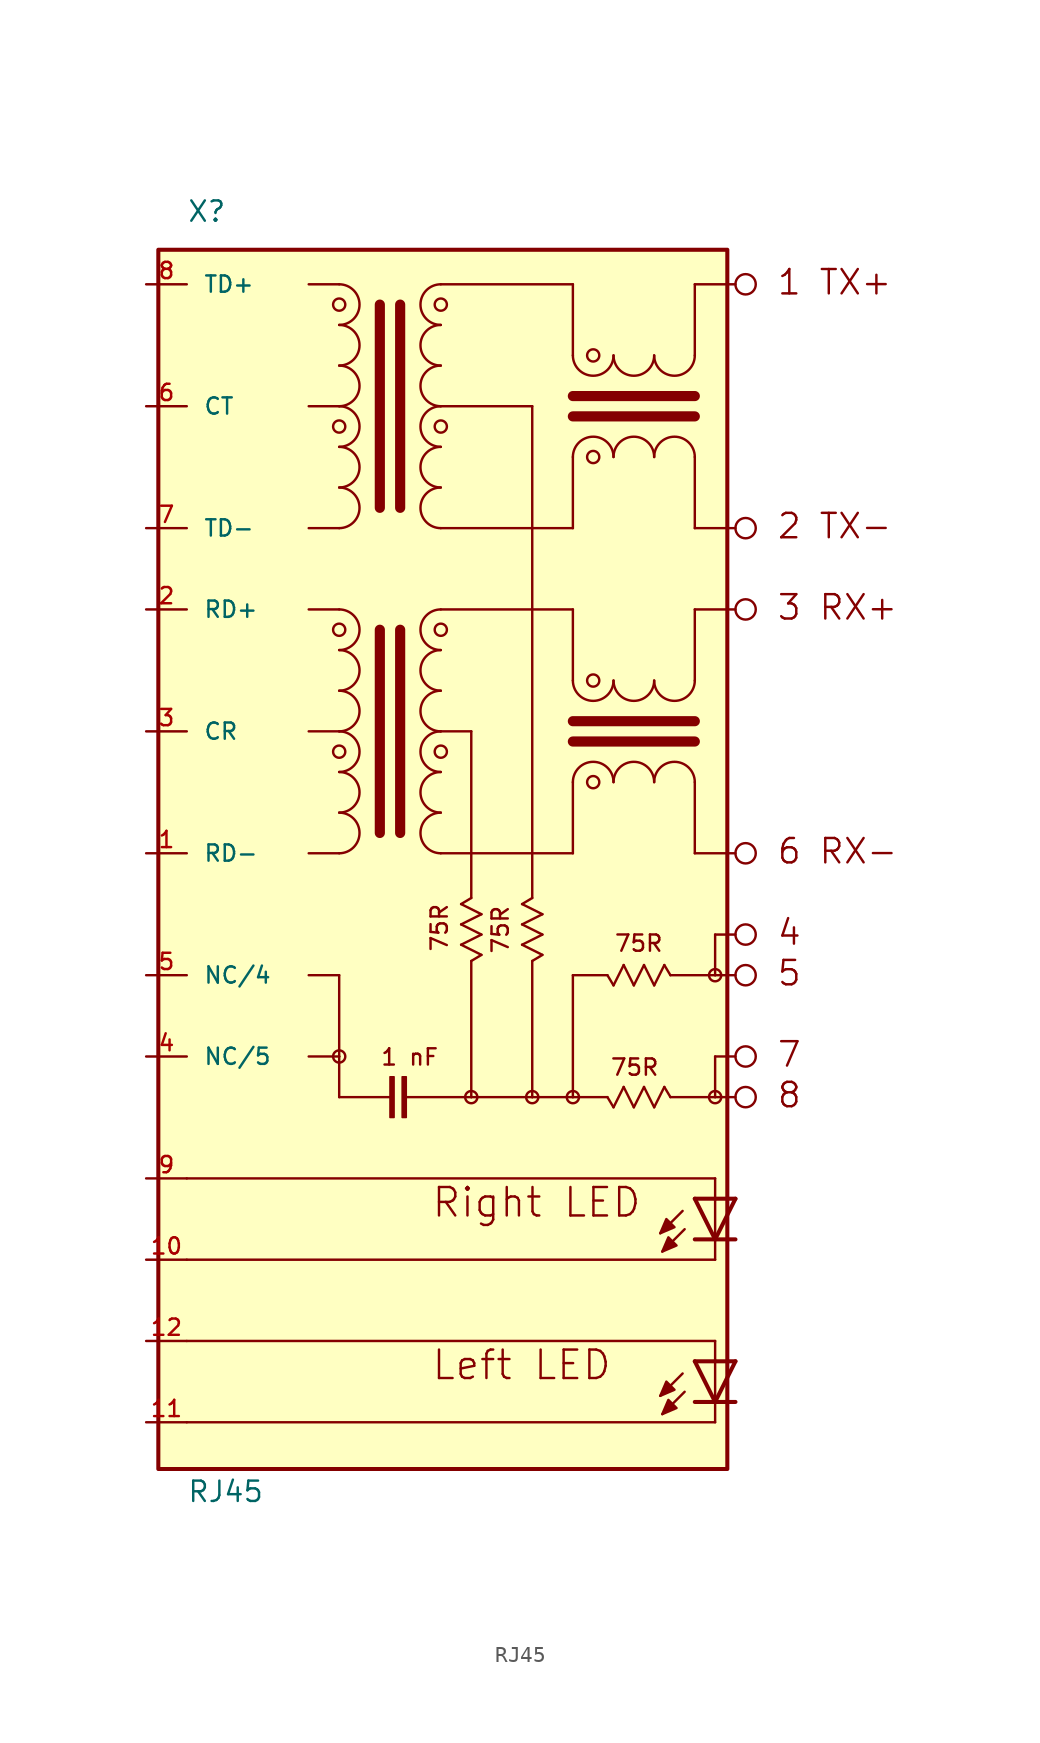
<source format=kicad_sym>
(kicad_symbol_lib
  (version 20211014)
  (generator kicad_symbol_editor)
  (symbol "RJ45"
    (pin_names
      (offset 1.016))
    (property "Reference" "X"
      (at -15.24 41.91 0)
      (effects (font (size 1.27 1.27)) (justify bottom left)))
    (property "Value" "RJ45"
      (at -15.24 -38.1 0)
      (effects (font (size 1.27 1.27)) (justify bottom left)))
    (symbol "RJ45_0_0"
      (polyline (pts (xy 19.05 -19.05) (xy 17.78 -21.59)) (stroke (width 0.254)))
      (polyline (pts (xy 17.78 -21.59) (xy 16.51 -19.05)) (stroke (width 0.254)))
      (polyline (pts (xy 19.05 -21.59) (xy 17.78 -21.59)) (stroke (width 0.254)))
      (polyline (pts (xy 17.78 -21.59) (xy 16.51 -21.59)) (stroke (width 0.254)))
      (polyline (pts (xy 19.05 -19.05) (xy 17.78 -19.05)) (stroke (width 0.254)))
      (polyline (pts (xy 17.78 -19.05) (xy 16.51 -19.05)) (stroke (width 0.254)))
      (polyline (pts (xy 17.78 -19.05) (xy 17.78 -21.59)) (stroke (width 0.152)))
      (polyline (pts (xy 15.748 -19.812) (xy 14.351 -21.209)) (stroke (width 0.152)))
      (polyline (pts (xy 15.875 -20.955) (xy 14.478 -22.352)) (stroke (width 0.152)))
      (polyline (pts (xy 17.78 -22.86) (xy 17.78 -21.59)) (stroke (width 0.152)))
      (polyline (pts (xy -15.24 -17.78) (xy 17.78 -17.78)) (stroke (width 0.152)))
      (polyline (pts (xy 17.78 -17.78) (xy 17.78 -19.05)) (stroke (width 0.152)))
      (polyline (pts (xy -15.24 -22.86) (xy 17.78 -22.86)) (stroke (width 0.152)))
      (polyline (pts (xy 19.05 -29.21) (xy 17.78 -31.75)) (stroke (width 0.254)))
      (polyline (pts (xy 17.78 -31.75) (xy 16.51 -29.21)) (stroke (width 0.254)))
      (polyline (pts (xy 19.05 -31.75) (xy 17.78 -31.75)) (stroke (width 0.254)))
      (polyline (pts (xy 17.78 -31.75) (xy 16.51 -31.75)) (stroke (width 0.254)))
      (polyline (pts (xy 19.05 -29.21) (xy 17.78 -29.21)) (stroke (width 0.254)))
      (polyline (pts (xy 17.78 -29.21) (xy 16.51 -29.21)) (stroke (width 0.254)))
      (polyline (pts (xy 17.78 -29.21) (xy 17.78 -31.75)) (stroke (width 0.152)))
      (polyline (pts (xy 15.748 -29.972) (xy 14.351 -31.369)) (stroke (width 0.152)))
      (polyline (pts (xy 15.875 -31.115) (xy 14.478 -32.512)) (stroke (width 0.152)))
      (polyline (pts (xy 17.78 -33.02) (xy 17.78 -31.75)) (stroke (width 0.152)))
      (polyline (pts (xy -15.24 -27.94) (xy 17.78 -27.94)) (stroke (width 0.152)))
      (polyline (pts (xy 17.78 -27.94) (xy 17.78 -29.21)) (stroke (width 0.152)))
      (polyline (pts (xy -15.24 -33.02) (xy 17.78 -33.02)) (stroke (width 0.152)))
      (polyline (pts (xy -7.62 22.86) (xy -5.715 22.86)) (stroke (width 0.152)))
      (polyline (pts (xy -7.62 30.48) (xy -5.715 30.48)) (stroke (width 0.152)))
      (polyline (pts (xy -7.62 38.1) (xy -5.715 38.1)) (stroke (width 0.152)))
      (arc (start -5.715 33.02) (mid -4.445 31.75) (end -5.715 30.48) (stroke (width 0.1524) (type default) (color 0 0 0 0)) (fill (type none)))
      (arc (start -5.715 35.56) (mid -4.445 34.29) (end -5.715 33.02) (stroke (width 0.1524) (type default) (color 0 0 0 0)) (fill (type none)))
      (arc (start -5.715 38.1) (mid -4.445 36.83) (end -5.715 35.56) (stroke (width 0.1524) (type default) (color 0 0 0 0)) (fill (type none)))
      (arc (start -5.715 30.48) (mid -4.445 29.21) (end -5.715 27.94) (stroke (width 0.1524) (type default) (color 0 0 0 0)) (fill (type none)))
      (arc (start -5.715 27.94) (mid -4.445 26.67) (end -5.715 25.4) (stroke (width 0.1524) (type default) (color 0 0 0 0)) (fill (type none)))
      (arc (start -5.715 25.4) (mid -4.445 24.13) (end -5.715 22.86) (stroke (width 0.1524) (type default) (color 0 0 0 0)) (fill (type none)))
      (polyline (pts (xy -3.175 36.83) (xy -3.175 24.13)) (stroke (width 0.635)))
      (polyline (pts (xy -1.905 36.83) (xy -1.905 24.13)) (stroke (width 0.635)))
      (arc (start 0.635 33.02) (mid -0.635 31.75) (end 0.635 30.48) (stroke (width 0.1524) (type default) (color 0 0 0 0)) (fill (type none)))
      (arc (start 0.635 35.56) (mid -0.635 34.29) (end 0.635 33.02) (stroke (width 0.1524) (type default) (color 0 0 0 0)) (fill (type none)))
      (arc (start 0.635 38.1) (mid -0.635 36.83) (end 0.635 35.56) (stroke (width 0.1524) (type default) (color 0 0 0 0)) (fill (type none)))
      (arc (start 0.635 30.48) (mid -0.635 29.21) (end 0.635 27.94) (stroke (width 0.1524) (type default) (color 0 0 0 0)) (fill (type none)))
      (arc (start 0.635 27.94) (mid -0.635 26.67) (end 0.635 25.4) (stroke (width 0.1524) (type default) (color 0 0 0 0)) (fill (type none)))
      (arc (start 0.635 25.4) (mid -0.635 24.13) (end 0.635 22.86) (stroke (width 0.1524) (type default) (color 0 0 0 0)) (fill (type none)))
      (arc (start 13.97 27.305) (mid 15.24 28.575) (end 16.51 27.305) (stroke (width 0.1524) (type default) (color 0 0 0 0)) (fill (type none)))
      (arc (start 11.43 27.305) (mid 12.7 28.575) (end 13.97 27.305) (stroke (width 0.1524) (type default) (color 0 0 0 0)) (fill (type none)))
      (arc (start 8.89 27.305) (mid 10.16 28.575) (end 11.43 27.305) (stroke (width 0.1524) (type default) (color 0 0 0 0)) (fill (type none)))
      (arc (start 13.97 33.655) (mid 15.24 32.385) (end 16.51 33.655) (stroke (width 0.1524) (type default) (color 0 0 0 0)) (fill (type none)))
      (arc (start 11.43 33.655) (mid 12.7 32.385) (end 13.97 33.655) (stroke (width 0.1524) (type default) (color 0 0 0 0)) (fill (type none)))
      (arc (start 8.89 33.655) (mid 10.16 32.385) (end 11.43 33.655) (stroke (width 0.1524) (type default) (color 0 0 0 0)) (fill (type none)))
      (polyline (pts (xy 0.635 38.1) (xy 8.89 38.1)) (stroke (width 0.152)))
      (polyline (pts (xy 8.89 38.1) (xy 8.89 33.655)) (stroke (width 0.152)))
      (polyline (pts (xy 8.89 22.86) (xy 0.635 22.86)) (stroke (width 0.152)))
      (polyline (pts (xy 8.89 22.86) (xy 8.89 27.305)) (stroke (width 0.152)))
      (polyline (pts (xy 16.51 33.655) (xy 16.51 38.1)) (stroke (width 0.152)))
      (polyline (pts (xy 16.51 38.1) (xy 19.05 38.1)) (stroke (width 0.152)))
      (polyline (pts (xy 16.51 27.305) (xy 16.51 22.86)) (stroke (width 0.152)))
      (polyline (pts (xy 16.51 22.86) (xy 19.05 22.86)) (stroke (width 0.152)))
      (polyline (pts (xy 8.89 29.845) (xy 16.51 29.845)) (stroke (width 0.635)))
      (polyline (pts (xy 8.89 31.115) (xy 16.51 31.115)) (stroke (width 0.635)))
      (polyline (pts (xy -7.62 2.54) (xy -5.715 2.54)) (stroke (width 0.152)))
      (polyline (pts (xy -7.62 10.16) (xy -5.715 10.16)) (stroke (width 0.152)))
      (polyline (pts (xy -7.62 17.78) (xy -5.715 17.78)) (stroke (width 0.152)))
      (arc (start -5.715 12.7) (mid -4.445 11.43) (end -5.715 10.16) (stroke (width 0.1524) (type default) (color 0 0 0 0)) (fill (type none)))
      (arc (start -5.715 15.24) (mid -4.445 13.97) (end -5.715 12.7) (stroke (width 0.1524) (type default) (color 0 0 0 0)) (fill (type none)))
      (arc (start -5.715 17.78) (mid -4.445 16.51) (end -5.715 15.24) (stroke (width 0.1524) (type default) (color 0 0 0 0)) (fill (type none)))
      (arc (start -5.715 10.16) (mid -4.445 8.89) (end -5.715 7.62) (stroke (width 0.1524) (type default) (color 0 0 0 0)) (fill (type none)))
      (arc (start -5.715 7.62) (mid -4.445 6.35) (end -5.715 5.08) (stroke (width 0.1524) (type default) (color 0 0 0 0)) (fill (type none)))
      (arc (start -5.715 5.08) (mid -4.445 3.81) (end -5.715 2.54) (stroke (width 0.1524) (type default) (color 0 0 0 0)) (fill (type none)))
      (polyline (pts (xy -3.175 16.51) (xy -3.175 3.81)) (stroke (width 0.635)))
      (polyline (pts (xy -1.905 16.51) (xy -1.905 3.81)) (stroke (width 0.635)))
      (arc (start 0.635 12.7) (mid -0.635 11.43) (end 0.635 10.16) (stroke (width 0.1524) (type default) (color 0 0 0 0)) (fill (type none)))
      (arc (start 0.635 15.24) (mid -0.635 13.97) (end 0.635 12.7) (stroke (width 0.1524) (type default) (color 0 0 0 0)) (fill (type none)))
      (arc (start 0.635 17.78) (mid -0.635 16.51) (end 0.635 15.24) (stroke (width 0.1524) (type default) (color 0 0 0 0)) (fill (type none)))
      (arc (start 0.635 10.16) (mid -0.635 8.89) (end 0.635 7.62) (stroke (width 0.1524) (type default) (color 0 0 0 0)) (fill (type none)))
      (arc (start 0.635 7.62) (mid -0.635 6.35) (end 0.635 5.08) (stroke (width 0.1524) (type default) (color 0 0 0 0)) (fill (type none)))
      (arc (start 0.635 5.08) (mid -0.635 3.81) (end 0.635 2.54) (stroke (width 0.1524) (type default) (color 0 0 0 0)) (fill (type none)))
      (arc (start 13.97 6.985) (mid 15.24 8.255) (end 16.51 6.985) (stroke (width 0.1524) (type default) (color 0 0 0 0)) (fill (type none)))
      (arc (start 11.43 6.985) (mid 12.7 8.255) (end 13.97 6.985) (stroke (width 0.1524) (type default) (color 0 0 0 0)) (fill (type none)))
      (arc (start 8.89 6.985) (mid 10.16 8.255) (end 11.43 6.985) (stroke (width 0.1524) (type default) (color 0 0 0 0)) (fill (type none)))
      (arc (start 13.97 13.335) (mid 15.24 12.065) (end 16.51 13.335) (stroke (width 0.1524) (type default) (color 0 0 0 0)) (fill (type none)))
      (arc (start 11.43 13.335) (mid 12.7 12.065) (end 13.97 13.335) (stroke (width 0.1524) (type default) (color 0 0 0 0)) (fill (type none)))
      (arc (start 8.89 13.335) (mid 10.16 12.065) (end 11.43 13.335) (stroke (width 0.1524) (type default) (color 0 0 0 0)) (fill (type none)))
      (polyline (pts (xy 0.635 17.78) (xy 8.89 17.78)) (stroke (width 0.152)))
      (polyline (pts (xy 8.89 17.78) (xy 8.89 13.335)) (stroke (width 0.152)))
      (polyline (pts (xy 8.89 2.54) (xy 0.635 2.54)) (stroke (width 0.152)))
      (polyline (pts (xy 8.89 2.54) (xy 8.89 6.985)) (stroke (width 0.152)))
      (polyline (pts (xy 16.51 13.335) (xy 16.51 17.78)) (stroke (width 0.152)))
      (polyline (pts (xy 16.51 17.78) (xy 19.05 17.78)) (stroke (width 0.152)))
      (polyline (pts (xy 16.51 6.985) (xy 16.51 2.54)) (stroke (width 0.152)))
      (polyline (pts (xy 16.51 2.54) (xy 19.05 2.54)) (stroke (width 0.152)))
      (polyline (pts (xy 8.89 9.525) (xy 16.51 9.525)) (stroke (width 0.635)))
      (polyline (pts (xy 8.89 10.795) (xy 16.51 10.795)) (stroke (width 0.635)))
      (polyline (pts (xy 19.05 -2.54) (xy 17.78 -2.54)) (stroke (width 0.152)))
      (polyline (pts (xy 17.78 -2.54) (xy 17.78 -5.08)) (stroke (width 0.152)))
      (polyline (pts (xy 17.78 -5.08) (xy 19.05 -5.08)) (stroke (width 0.152)))
      (polyline (pts (xy 19.05 -10.16) (xy 17.78 -10.16)) (stroke (width 0.152)))
      (polyline (pts (xy 17.78 -10.16) (xy 17.78 -12.7)) (stroke (width 0.152)))
      (polyline (pts (xy 17.78 -12.7) (xy 19.05 -12.7)) (stroke (width 0.152)))
      (polyline (pts (xy 17.78 -5.08) (xy 14.986 -5.08)) (stroke (width 0.152)))
      (polyline (pts (xy 14.986 -12.7) (xy 17.78 -12.7)) (stroke (width 0.152)))
      (polyline (pts (xy 0.635 30.48) (xy 6.35 30.48)) (stroke (width 0.152)))
      (polyline (pts (xy 6.35 30.48) (xy 6.35 -0.254)) (stroke (width 0.152)))
      (polyline (pts (xy 0.635 10.16) (xy 2.54 10.16)) (stroke (width 0.152)))
      (polyline (pts (xy 2.54 10.16) (xy 2.54 -0.254)) (stroke (width 0.152)))
      (polyline (pts (xy 2.54 -0.254) (xy 1.905 -0.635)) (stroke (width 0.152)))
      (polyline (pts (xy 1.905 -0.635) (xy 3.175 -1.27)) (stroke (width 0.152)))
      (polyline (pts (xy 3.175 -1.27) (xy 1.905 -1.905)) (stroke (width 0.152)))
      (polyline (pts (xy 1.905 -1.905) (xy 3.175 -2.54)) (stroke (width 0.152)))
      (polyline (pts (xy 3.175 -2.54) (xy 1.905 -3.175)) (stroke (width 0.152)))
      (polyline (pts (xy 1.905 -3.175) (xy 3.175 -3.81)) (stroke (width 0.152)))
      (polyline (pts (xy 3.175 -3.81) (xy 2.54 -4.191)) (stroke (width 0.152)))
      (polyline (pts (xy 6.35 -0.254) (xy 5.715 -0.635)) (stroke (width 0.152)))
      (polyline (pts (xy 5.715 -0.635) (xy 6.985 -1.27)) (stroke (width 0.152)))
      (polyline (pts (xy 6.985 -1.27) (xy 5.715 -1.905)) (stroke (width 0.152)))
      (polyline (pts (xy 5.715 -1.905) (xy 6.985 -2.54)) (stroke (width 0.152)))
      (polyline (pts (xy 6.985 -2.54) (xy 5.715 -3.175)) (stroke (width 0.152)))
      (polyline (pts (xy 5.715 -3.175) (xy 6.985 -3.81)) (stroke (width 0.152)))
      (polyline (pts (xy 6.985 -3.81) (xy 6.35 -4.191)) (stroke (width 0.152)))
      (polyline (pts (xy 11.049 -5.08) (xy 11.43 -5.715)) (stroke (width 0.152)))
      (polyline (pts (xy 11.43 -5.715) (xy 12.065 -4.445)) (stroke (width 0.152)))
      (polyline (pts (xy 12.065 -4.445) (xy 12.7 -5.715)) (stroke (width 0.152)))
      (polyline (pts (xy 12.7 -5.715) (xy 13.335 -4.445)) (stroke (width 0.152)))
      (polyline (pts (xy 13.335 -4.445) (xy 13.97 -5.715)) (stroke (width 0.152)))
      (polyline (pts (xy 13.97 -5.715) (xy 14.605 -4.445)) (stroke (width 0.152)))
      (polyline (pts (xy 14.605 -4.445) (xy 14.986 -5.08)) (stroke (width 0.152)))
      (polyline (pts (xy 11.049 -12.7) (xy 11.43 -13.335)) (stroke (width 0.152)))
      (polyline (pts (xy 11.43 -13.335) (xy 12.065 -12.065)) (stroke (width 0.152)))
      (polyline (pts (xy 12.065 -12.065) (xy 12.7 -13.335)) (stroke (width 0.152)))
      (polyline (pts (xy 12.7 -13.335) (xy 13.335 -12.065)) (stroke (width 0.152)))
      (polyline (pts (xy 13.335 -12.065) (xy 13.97 -13.335)) (stroke (width 0.152)))
      (polyline (pts (xy 13.97 -13.335) (xy 14.605 -12.065)) (stroke (width 0.152)))
      (polyline (pts (xy 14.605 -12.065) (xy 14.986 -12.7)) (stroke (width 0.152)))
      (polyline (pts (xy -7.62 -5.08) (xy -5.715 -5.08)) (stroke (width 0.152)))
      (polyline (pts (xy -5.715 -5.08) (xy -5.715 -10.16)) (stroke (width 0.152)))
      (polyline (pts (xy -5.715 -10.16) (xy -7.62 -10.16)) (stroke (width 0.152)))
      (polyline (pts (xy -5.715 -10.16) (xy -5.715 -12.7)) (stroke (width 0.152)))
      (polyline (pts (xy -5.715 -12.7) (xy -2.54 -12.7)) (stroke (width 0.152)))
      (polyline (pts (xy -1.524 -12.7) (xy 2.54 -12.7)) (stroke (width 0.152)))
      (polyline (pts (xy 2.54 -12.7) (xy 6.35 -12.7)) (stroke (width 0.152)))
      (polyline (pts (xy 6.35 -12.7) (xy 8.89 -12.7)) (stroke (width 0.152)))
      (polyline (pts (xy 8.89 -12.7) (xy 11.049 -12.7)) (stroke (width 0.152)))
      (polyline (pts (xy 11.049 -5.08) (xy 8.89 -5.08)) (stroke (width 0.152)))
      (polyline (pts (xy 8.89 -5.08) (xy 8.89 -12.7)) (stroke (width 0.152)))
      (polyline (pts (xy 6.35 -4.191) (xy 6.35 -12.7)) (stroke (width 0.152)))
      (polyline (pts (xy 2.54 -4.191) (xy 2.54 -12.7)) (stroke (width 0.152)))
      (circle (center -5.715 36.83) (radius 0.381) (stroke (width 0.0)) (fill (type none)))
      (circle (center -5.715 29.21) (radius 0.381) (stroke (width 0.0)) (fill (type none)))
      (circle (center 0.635 36.83) (radius 0.381) (stroke (width 0.0)) (fill (type none)))
      (circle (center 0.635 29.21) (radius 0.381) (stroke (width 0.0)) (fill (type none)))
      (circle (center 10.16 27.305) (radius 0.381) (stroke (width 0.0)) (fill (type none)))
      (circle (center 10.16 33.655) (radius 0.381) (stroke (width 0.0)) (fill (type none)))
      (circle (center -5.715 16.51) (radius 0.381) (stroke (width 0.0)) (fill (type none)))
      (circle (center -5.715 8.89) (radius 0.381) (stroke (width 0.0)) (fill (type none)))
      (circle (center 0.635 16.51) (radius 0.381) (stroke (width 0.0)) (fill (type none)))
      (circle (center 0.635 8.89) (radius 0.381) (stroke (width 0.0)) (fill (type none)))
      (circle (center 10.16 6.985) (radius 0.381) (stroke (width 0.0)) (fill (type none)))
      (circle (center 10.16 13.335) (radius 0.381) (stroke (width 0.0)) (fill (type none)))
      (circle (center 19.685 38.1) (radius 0.635) (stroke (width 0.152)) (fill (type none)))
      (circle (center 19.685 22.86) (radius 0.635) (stroke (width 0.152)) (fill (type none)))
      (circle (center 19.685 17.78) (radius 0.635) (stroke (width 0.152)) (fill (type none)))
      (circle (center 19.685 2.54) (radius 0.635) (stroke (width 0.152)) (fill (type none)))
      (circle (center 19.685 -2.54) (radius 0.635) (stroke (width 0.152)) (fill (type none)))
      (circle (center 19.685 -5.08) (radius 0.635) (stroke (width 0.152)) (fill (type none)))
      (circle (center 19.685 -10.16) (radius 0.635) (stroke (width 0.152)) (fill (type none)))
      (circle (center 19.685 -12.7) (radius 0.635) (stroke (width 0.152)) (fill (type none)))
      (circle (center -5.715 -10.16) (radius 0.381) (stroke (width 0.0)) (fill (type none)))
      (circle (center 2.54 -12.7) (radius 0.381) (stroke (width 0.0)) (fill (type none)))
      (circle (center 6.35 -12.7) (radius 0.381) (stroke (width 0.0)) (fill (type none)))
      (circle (center 8.89 -12.7) (radius 0.381) (stroke (width 0.0)) (fill (type none)))
      (circle (center 17.78 -12.7) (radius 0.381) (stroke (width 0.0)) (fill (type none)))
      (circle (center 17.78 -5.08) (radius 0.381) (stroke (width 0.0)) (fill (type none)))
      (text "Right LED" (at 0.0 -20.32 0) (effects (font (size 1.778 1.778)) (justify bottom left)))
      (text "Left LED" (at 0.0 -30.48 0) (effects (font (size 1.778 1.778)) (justify bottom left)))
      (text "1 TX+" (at 21.59 37.338 0) (effects (font (size 1.524 1.524)) (justify bottom left)))
      (text "2 TX-" (at 21.59 22.098 0) (effects (font (size 1.524 1.524)) (justify bottom left)))
      (text "3 RX+" (at 21.59 17.018 0) (effects (font (size 1.524 1.524)) (justify bottom left)))
      (text "6 RX-" (at 21.59 1.778 0) (effects (font (size 1.524 1.524)) (justify bottom left)))
      (text "4" (at 21.59 -3.302 0) (effects (font (size 1.524 1.524)) (justify bottom left)))
      (text "5" (at 21.59 -5.842 0) (effects (font (size 1.524 1.524)) (justify bottom left)))
      (text "7" (at 21.59 -10.922 0) (effects (font (size 1.524 1.524)) (justify bottom left)))
      (text "8" (at 21.59 -13.462 0) (effects (font (size 1.524 1.524)) (justify bottom left)))
      (text "75R" (at 1.143 -3.683 900) (effects (font (size 1.016 1.016)) (justify bottom left)))
      (text "75R" (at 4.953 -3.81 900) (effects (font (size 1.016 1.016)) (justify bottom left)))
      (text "75R" (at 11.43 -3.683 0) (effects (font (size 1.016 1.016)) (justify bottom left)))
      (text "75R" (at 11.176 -11.43 0) (effects (font (size 1.016 1.016)) (justify bottom left)))
      (text "1 nF" (at -3.175 -10.795 0) (effects (font (size 1.016 1.016)) (justify bottom left)))
      (rectangle (start -2.54 -13.97) (end -2.286 -11.43) (stroke (width 0.1)) (fill (type outline)))
      (rectangle (start -1.778 -13.97) (end -1.524 -11.43) (stroke (width 0.1)) (fill (type outline)))
      (polyline (pts (xy 14.351 -21.209) (xy 14.732 -20.32) (xy 15.24 -20.828) (xy 14.351 -21.209)) (stroke (width 0.152)) (fill (type outline)))
      (polyline (pts (xy 14.478 -22.352) (xy 14.859 -21.463) (xy 15.367 -21.971) (xy 14.478 -22.352)) (stroke (width 0.152)) (fill (type outline)))
      (polyline (pts (xy 14.351 -31.369) (xy 14.732 -30.48) (xy 15.24 -30.988) (xy 14.351 -31.369)) (stroke (width 0.152)) (fill (type outline)))
      (polyline (pts (xy 14.478 -32.512) (xy 14.859 -31.623) (xy 15.367 -32.131) (xy 14.478 -32.512)) (stroke (width 0.152)) (fill (type outline)))
      (rectangle (start -17.018 -35.941) (end 18.542 40.259) (stroke (width 0.254)) (fill (type background)))
      (pin passive line (at -17.78 -22.86 0) (length 2.54) (name "~" (effects (font (size 1.016 1.016)))) (number "10" (effects (font (size 1.016 1.016)))))
      (pin passive line (at -17.78 -17.78 0) (length 2.54) (name "~" (effects (font (size 1.016 1.016)))) (number "9" (effects (font (size 1.016 1.016)))))
      (pin passive line (at -17.78 -33.02 0) (length 2.54) (name "~" (effects (font (size 1.016 1.016)))) (number "11" (effects (font (size 1.016 1.016)))))
      (pin passive line (at -17.78 -27.94 0) (length 2.54) (name "~" (effects (font (size 1.016 1.016)))) (number "12" (effects (font (size 1.016 1.016)))))
      (pin input line (at -17.78 38.1 0) (length 2.54) (name "TD+" (effects (font (size 1.016 1.016)))) (number "8" (effects (font (size 1.016 1.016)))))
      (pin input line (at -17.78 30.48 0) (length 2.54) (name "CT" (effects (font (size 1.016 1.016)))) (number "6" (effects (font (size 1.016 1.016)))))
      (pin input line (at -17.78 22.86 0) (length 2.54) (name "TD-" (effects (font (size 1.016 1.016)))) (number "7" (effects (font (size 1.016 1.016)))))
      (pin input line (at -17.78 17.78 0) (length 2.54) (name "RD+" (effects (font (size 1.016 1.016)))) (number "2" (effects (font (size 1.016 1.016)))))
      (pin input line (at -17.78 10.16 0) (length 2.54) (name "CR" (effects (font (size 1.016 1.016)))) (number "3" (effects (font (size 1.016 1.016)))))
      (pin input line (at -17.78 2.54 0) (length 2.54) (name "RD-" (effects (font (size 1.016 1.016)))) (number "1" (effects (font (size 1.016 1.016)))))
      (pin input line (at -17.78 -5.08 0) (length 2.54) (name "NC/4" (effects (font (size 1.016 1.016)))) (number "5" (effects (font (size 1.016 1.016)))))
      (pin input line (at -17.78 -10.16 0) (length 2.54) (name "NC/5" (effects (font (size 1.016 1.016)))) (number "4" (effects (font (size 1.016 1.016))))))))
</source>
